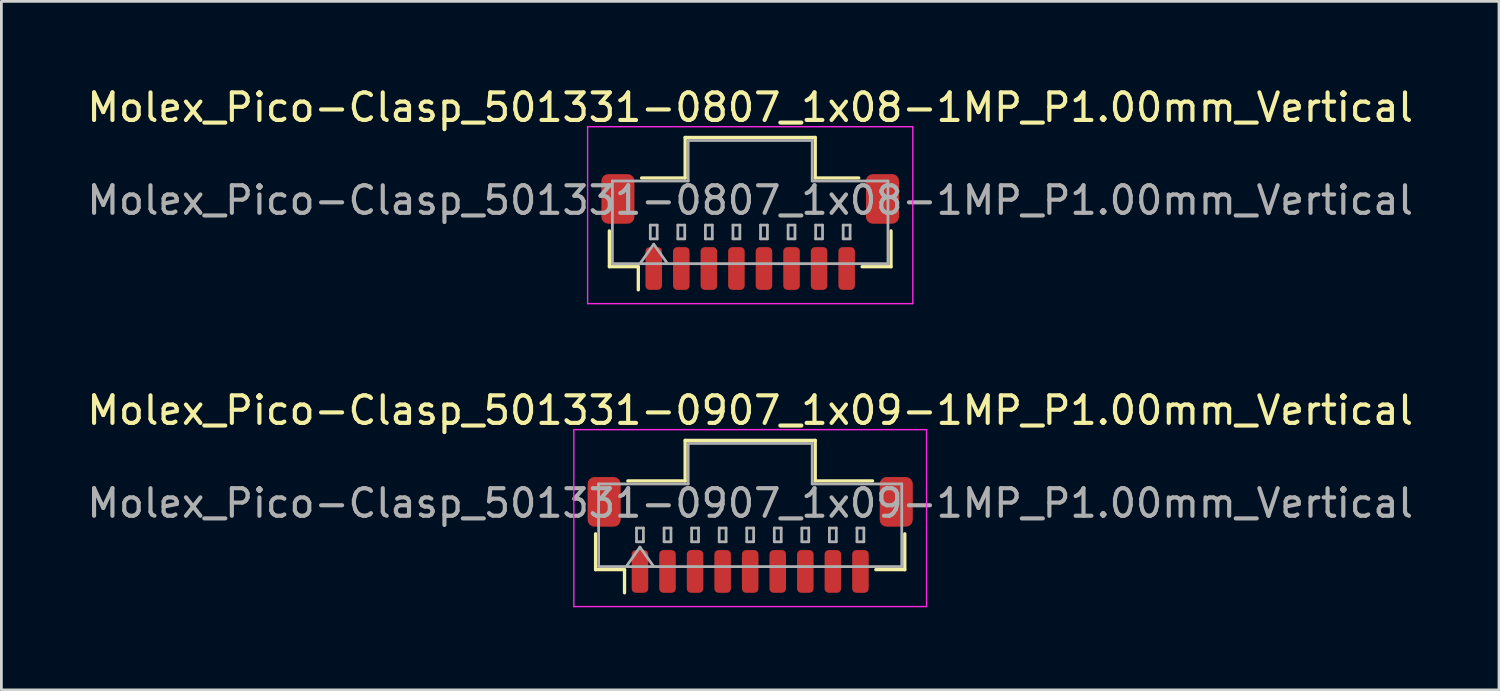
<source format=kicad_pcb>
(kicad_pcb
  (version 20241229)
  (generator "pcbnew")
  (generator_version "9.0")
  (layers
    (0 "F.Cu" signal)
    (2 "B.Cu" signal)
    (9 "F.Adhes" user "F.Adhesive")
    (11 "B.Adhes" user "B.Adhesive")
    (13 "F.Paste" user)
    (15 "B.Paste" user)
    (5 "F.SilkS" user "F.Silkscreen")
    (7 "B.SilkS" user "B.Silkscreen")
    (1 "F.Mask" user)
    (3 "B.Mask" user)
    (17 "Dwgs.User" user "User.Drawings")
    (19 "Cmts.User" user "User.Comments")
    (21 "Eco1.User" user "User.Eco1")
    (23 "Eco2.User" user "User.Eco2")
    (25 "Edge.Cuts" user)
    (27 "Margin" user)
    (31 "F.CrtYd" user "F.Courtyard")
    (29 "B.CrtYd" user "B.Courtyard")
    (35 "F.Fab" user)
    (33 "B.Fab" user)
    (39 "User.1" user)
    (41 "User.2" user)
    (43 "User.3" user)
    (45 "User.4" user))
  (footprint "Molex_Pico-Clasp_501331-0807_1x08-1MP_P1.00mm_Vertical"
    (layer "F.Cu")
    (at 24.173 5.368)
    (property "Reference" "Molex_Pico-Clasp_501331-0807_1x08-1MP_P1.00mm_Vertical" (at 0 -4.52 0) (layer "F.SilkS") (effects (font (size 1 1) (thickness 0.15))))
    (attr smd)
    (fp_line (start -5.11 -0.04) (end -5.11 1.26) (stroke (width 0.12) (type solid)) (layer "F.SilkS"))
    (fp_line (start -5.11 1.26) (end -4.06 1.26) (stroke (width 0.12) (type solid)) (layer "F.SilkS"))
    (fp_line (start -4.06 1.26) (end -4.06 2.1) (stroke (width 0.12) (type solid)) (layer "F.SilkS"))
    (fp_line (start -3.94 -1.96) (end -2.36 -1.96) (stroke (width 0.12) (type solid)) (layer "F.SilkS"))
    (fp_line (start -2.36 -3.43) (end 2.36 -3.43) (stroke (width 0.12) (type solid)) (layer "F.SilkS"))
    (fp_line (start -2.36 -1.96) (end -2.36 -3.43) (stroke (width 0.12) (type solid)) (layer "F.SilkS"))
    (fp_line (start 2.36 -3.43) (end 2.36 -1.96) (stroke (width 0.12) (type solid)) (layer "F.SilkS"))
    (fp_line (start 2.36 -1.96) (end 3.94 -1.96) (stroke (width 0.12) (type solid)) (layer "F.SilkS"))
    (fp_line (start 5.11 -0.04) (end 5.11 1.26) (stroke (width 0.12) (type solid)) (layer "F.SilkS"))
    (fp_line (start 5.11 1.26) (end 4.06 1.26) (stroke (width 0.12) (type solid)) (layer "F.SilkS"))
    (fp_line (start -5.9 -3.82) (end -5.9 2.6) (stroke (width 0.05) (type solid)) (layer "F.CrtYd"))
    (fp_line (start -5.9 2.6) (end 5.9 2.6) (stroke (width 0.05) (type solid)) (layer "F.CrtYd"))
    (fp_line (start 5.9 -3.82) (end -5.9 -3.82) (stroke (width 0.05) (type solid)) (layer "F.CrtYd"))
    (fp_line (start 5.9 2.6) (end 5.9 -3.82) (stroke (width 0.05) (type solid)) (layer "F.CrtYd"))
    (fp_line (start -5 -1.85) (end -2.25 -1.85) (stroke (width 0.1) (type solid)) (layer "F.Fab"))
    (fp_line (start -5 1.15) (end -5 -1.85) (stroke (width 0.1) (type solid)) (layer "F.Fab"))
    (fp_line (start -5 1.15) (end 5 1.15) (stroke (width 0.1) (type solid)) (layer "F.Fab"))
    (fp_line (start -4 1.15) (end -3.5 0.443) (stroke (width 0.1) (type solid)) (layer "F.Fab"))
    (fp_line (start -3.625 -0.25) (end -3.625 0.25) (stroke (width 0.1) (type solid)) (layer "F.Fab"))
    (fp_line (start -3.625 0.25) (end -3.375 0.25) (stroke (width 0.1) (type solid)) (layer "F.Fab"))
    (fp_line (start -3.5 0.443) (end -3 1.15) (stroke (width 0.1) (type solid)) (layer "F.Fab"))
    (fp_line (start -3.375 -0.25) (end -3.625 -0.25) (stroke (width 0.1) (type solid)) (layer "F.Fab"))
    (fp_line (start -3.375 0.25) (end -3.375 -0.25) (stroke (width 0.1) (type solid)) (layer "F.Fab"))
    (fp_line (start -2.625 -0.25) (end -2.625 0.25) (stroke (width 0.1) (type solid)) (layer "F.Fab"))
    (fp_line (start -2.625 0.25) (end -2.375 0.25) (stroke (width 0.1) (type solid)) (layer "F.Fab"))
    (fp_line (start -2.375 -0.25) (end -2.625 -0.25) (stroke (width 0.1) (type solid)) (layer "F.Fab"))
    (fp_line (start -2.375 0.25) (end -2.375 -0.25) (stroke (width 0.1) (type solid)) (layer "F.Fab"))
    (fp_line (start -2.25 -3.32) (end 2.25 -3.32) (stroke (width 0.1) (type solid)) (layer "F.Fab"))
    (fp_line (start -2.25 -1.85) (end -2.25 -3.32) (stroke (width 0.1) (type solid)) (layer "F.Fab"))
    (fp_line (start -1.625 -0.25) (end -1.625 0.25) (stroke (width 0.1) (type solid)) (layer "F.Fab"))
    (fp_line (start -1.625 0.25) (end -1.375 0.25) (stroke (width 0.1) (type solid)) (layer "F.Fab"))
    (fp_line (start -1.375 -0.25) (end -1.625 -0.25) (stroke (width 0.1) (type solid)) (layer "F.Fab"))
    (fp_line (start -1.375 0.25) (end -1.375 -0.25) (stroke (width 0.1) (type solid)) (layer "F.Fab"))
    (fp_line (start -0.625 -0.25) (end -0.625 0.25) (stroke (width 0.1) (type solid)) (layer "F.Fab"))
    (fp_line (start -0.625 0.25) (end -0.375 0.25) (stroke (width 0.1) (type solid)) (layer "F.Fab"))
    (fp_line (start -0.375 -0.25) (end -0.625 -0.25) (stroke (width 0.1) (type solid)) (layer "F.Fab"))
    (fp_line (start -0.375 0.25) (end -0.375 -0.25) (stroke (width 0.1) (type solid)) (layer "F.Fab"))
    (fp_line (start 0.375 -0.25) (end 0.375 0.25) (stroke (width 0.1) (type solid)) (layer "F.Fab"))
    (fp_line (start 0.375 0.25) (end 0.625 0.25) (stroke (width 0.1) (type solid)) (layer "F.Fab"))
    (fp_line (start 0.625 -0.25) (end 0.375 -0.25) (stroke (width 0.1) (type solid)) (layer "F.Fab"))
    (fp_line (start 0.625 0.25) (end 0.625 -0.25) (stroke (width 0.1) (type solid)) (layer "F.Fab"))
    (fp_line (start 1.375 -0.25) (end 1.375 0.25) (stroke (width 0.1) (type solid)) (layer "F.Fab"))
    (fp_line (start 1.375 0.25) (end 1.625 0.25) (stroke (width 0.1) (type solid)) (layer "F.Fab"))
    (fp_line (start 1.625 -0.25) (end 1.375 -0.25) (stroke (width 0.1) (type solid)) (layer "F.Fab"))
    (fp_line (start 1.625 0.25) (end 1.625 -0.25) (stroke (width 0.1) (type solid)) (layer "F.Fab"))
    (fp_line (start 2.25 -3.32) (end 2.25 -1.85) (stroke (width 0.1) (type solid)) (layer "F.Fab"))
    (fp_line (start 2.25 -1.85) (end 5 -1.85) (stroke (width 0.1) (type solid)) (layer "F.Fab"))
    (fp_line (start 2.375 -0.25) (end 2.375 0.25) (stroke (width 0.1) (type solid)) (layer "F.Fab"))
    (fp_line (start 2.375 0.25) (end 2.625 0.25) (stroke (width 0.1) (type solid)) (layer "F.Fab"))
    (fp_line (start 2.625 -0.25) (end 2.375 -0.25) (stroke (width 0.1) (type solid)) (layer "F.Fab"))
    (fp_line (start 2.625 0.25) (end 2.625 -0.25) (stroke (width 0.1) (type solid)) (layer "F.Fab"))
    (fp_line (start 3.375 -0.25) (end 3.375 0.25) (stroke (width 0.1) (type solid)) (layer "F.Fab"))
    (fp_line (start 3.375 0.25) (end 3.625 0.25) (stroke (width 0.1) (type solid)) (layer "F.Fab"))
    (fp_line (start 3.625 -0.25) (end 3.375 -0.25) (stroke (width 0.1) (type solid)) (layer "F.Fab"))
    (fp_line (start 3.625 0.25) (end 3.625 -0.25) (stroke (width 0.1) (type solid)) (layer "F.Fab"))
    (fp_line (start 5 1.15) (end 5 -1.85) (stroke (width 0.1) (type solid)) (layer "F.Fab"))
    (fp_text user "${REFERENCE}" (at 0 -1.15 0) (layer "F.Fab") (effects (font (size 1 1) (thickness 0.15))))
    (pad "1" smd roundrect (at -3.5 1.325) (size 0.6 1.55) (layers "F.Cu" "F.Mask" "F.Paste") (roundrect_rratio 0.25))
    (pad "2" smd roundrect (at -2.5 1.325) (size 0.6 1.55) (layers "F.Cu" "F.Mask" "F.Paste") (roundrect_rratio 0.25))
    (pad "3" smd roundrect (at -1.5 1.325) (size 0.6 1.55) (layers "F.Cu" "F.Mask" "F.Paste") (roundrect_rratio 0.25))
    (pad "4" smd roundrect (at -0.5 1.325) (size 0.6 1.55) (layers "F.Cu" "F.Mask" "F.Paste") (roundrect_rratio 0.25))
    (pad "5" smd roundrect (at 0.5 1.325) (size 0.6 1.55) (layers "F.Cu" "F.Mask" "F.Paste") (roundrect_rratio 0.25))
    (pad "6" smd roundrect (at 1.5 1.325) (size 0.6 1.55) (layers "F.Cu" "F.Mask" "F.Paste") (roundrect_rratio 0.25))
    (pad "7" smd roundrect (at 2.5 1.325) (size 0.6 1.55) (layers "F.Cu" "F.Mask" "F.Paste") (roundrect_rratio 0.25))
    (pad "8" smd roundrect (at 3.5 1.325) (size 0.6 1.55) (layers "F.Cu" "F.Mask" "F.Paste") (roundrect_rratio 0.25))
    (pad "MP" smd roundrect (at -4.8 -1.2) (size 1.2 1.8) (layers "F.Cu" "F.Mask" "F.Paste") (roundrect_rratio 0.208))
    (pad "MP" smd roundrect (at 4.8 -1.2) (size 1.2 1.8) (layers "F.Cu" "F.Mask" "F.Paste") (roundrect_rratio 0.208)))
  (footprint "Molex_Pico-Clasp_501331-0907_1x09-1MP_P1.00mm_Vertical"
    (layer "F.Cu")
    (at 24.173 16.361)
    (property "Reference" "Molex_Pico-Clasp_501331-0907_1x09-1MP_P1.00mm_Vertical" (at 0 -4.52 0) (layer "F.SilkS") (effects (font (size 1 1) (thickness 0.15))))
    (attr smd)
    (fp_line (start -5.61 -0.04) (end -5.61 1.26) (stroke (width 0.12) (type solid)) (layer "F.SilkS"))
    (fp_line (start -5.61 1.26) (end -4.56 1.26) (stroke (width 0.12) (type solid)) (layer "F.SilkS"))
    (fp_line (start -4.56 1.26) (end -4.56 2.1) (stroke (width 0.12) (type solid)) (layer "F.SilkS"))
    (fp_line (start -4.44 -1.96) (end -2.36 -1.96) (stroke (width 0.12) (type solid)) (layer "F.SilkS"))
    (fp_line (start -2.36 -3.43) (end 2.36 -3.43) (stroke (width 0.12) (type solid)) (layer "F.SilkS"))
    (fp_line (start -2.36 -1.96) (end -2.36 -3.43) (stroke (width 0.12) (type solid)) (layer "F.SilkS"))
    (fp_line (start 2.36 -3.43) (end 2.36 -1.96) (stroke (width 0.12) (type solid)) (layer "F.SilkS"))
    (fp_line (start 2.36 -1.96) (end 4.44 -1.96) (stroke (width 0.12) (type solid)) (layer "F.SilkS"))
    (fp_line (start 5.61 -0.04) (end 5.61 1.26) (stroke (width 0.12) (type solid)) (layer "F.SilkS"))
    (fp_line (start 5.61 1.26) (end 4.56 1.26) (stroke (width 0.12) (type solid)) (layer "F.SilkS"))
    (fp_line (start -6.4 -3.82) (end -6.4 2.6) (stroke (width 0.05) (type solid)) (layer "F.CrtYd"))
    (fp_line (start -6.4 2.6) (end 6.4 2.6) (stroke (width 0.05) (type solid)) (layer "F.CrtYd"))
    (fp_line (start 6.4 -3.82) (end -6.4 -3.82) (stroke (width 0.05) (type solid)) (layer "F.CrtYd"))
    (fp_line (start 6.4 2.6) (end 6.4 -3.82) (stroke (width 0.05) (type solid)) (layer "F.CrtYd"))
    (fp_line (start -5.5 -1.85) (end -2.25 -1.85) (stroke (width 0.1) (type solid)) (layer "F.Fab"))
    (fp_line (start -5.5 1.15) (end -5.5 -1.85) (stroke (width 0.1) (type solid)) (layer "F.Fab"))
    (fp_line (start -5.5 1.15) (end 5.5 1.15) (stroke (width 0.1) (type solid)) (layer "F.Fab"))
    (fp_line (start -4.5 1.15) (end -4 0.443) (stroke (width 0.1) (type solid)) (layer "F.Fab"))
    (fp_line (start -4.125 -0.25) (end -4.125 0.25) (stroke (width 0.1) (type solid)) (layer "F.Fab"))
    (fp_line (start -4.125 0.25) (end -3.875 0.25) (stroke (width 0.1) (type solid)) (layer "F.Fab"))
    (fp_line (start -4 0.443) (end -3.5 1.15) (stroke (width 0.1) (type solid)) (layer "F.Fab"))
    (fp_line (start -3.875 -0.25) (end -4.125 -0.25) (stroke (width 0.1) (type solid)) (layer "F.Fab"))
    (fp_line (start -3.875 0.25) (end -3.875 -0.25) (stroke (width 0.1) (type solid)) (layer "F.Fab"))
    (fp_line (start -3.125 -0.25) (end -3.125 0.25) (stroke (width 0.1) (type solid)) (layer "F.Fab"))
    (fp_line (start -3.125 0.25) (end -2.875 0.25) (stroke (width 0.1) (type solid)) (layer "F.Fab"))
    (fp_line (start -2.875 -0.25) (end -3.125 -0.25) (stroke (width 0.1) (type solid)) (layer "F.Fab"))
    (fp_line (start -2.875 0.25) (end -2.875 -0.25) (stroke (width 0.1) (type solid)) (layer "F.Fab"))
    (fp_line (start -2.25 -3.32) (end 2.25 -3.32) (stroke (width 0.1) (type solid)) (layer "F.Fab"))
    (fp_line (start -2.25 -1.85) (end -2.25 -3.32) (stroke (width 0.1) (type solid)) (layer "F.Fab"))
    (fp_line (start -2.125 -0.25) (end -2.125 0.25) (stroke (width 0.1) (type solid)) (layer "F.Fab"))
    (fp_line (start -2.125 0.25) (end -1.875 0.25) (stroke (width 0.1) (type solid)) (layer "F.Fab"))
    (fp_line (start -1.875 -0.25) (end -2.125 -0.25) (stroke (width 0.1) (type solid)) (layer "F.Fab"))
    (fp_line (start -1.875 0.25) (end -1.875 -0.25) (stroke (width 0.1) (type solid)) (layer "F.Fab"))
    (fp_line (start -1.125 -0.25) (end -1.125 0.25) (stroke (width 0.1) (type solid)) (layer "F.Fab"))
    (fp_line (start -1.125 0.25) (end -0.875 0.25) (stroke (width 0.1) (type solid)) (layer "F.Fab"))
    (fp_line (start -0.875 -0.25) (end -1.125 -0.25) (stroke (width 0.1) (type solid)) (layer "F.Fab"))
    (fp_line (start -0.875 0.25) (end -0.875 -0.25) (stroke (width 0.1) (type solid)) (layer "F.Fab"))
    (fp_line (start -0.125 -0.25) (end -0.125 0.25) (stroke (width 0.1) (type solid)) (layer "F.Fab"))
    (fp_line (start -0.125 0.25) (end 0.125 0.25) (stroke (width 0.1) (type solid)) (layer "F.Fab"))
    (fp_line (start 0.125 -0.25) (end -0.125 -0.25) (stroke (width 0.1) (type solid)) (layer "F.Fab"))
    (fp_line (start 0.125 0.25) (end 0.125 -0.25) (stroke (width 0.1) (type solid)) (layer "F.Fab"))
    (fp_line (start 0.875 -0.25) (end 0.875 0.25) (stroke (width 0.1) (type solid)) (layer "F.Fab"))
    (fp_line (start 0.875 0.25) (end 1.125 0.25) (stroke (width 0.1) (type solid)) (layer "F.Fab"))
    (fp_line (start 1.125 -0.25) (end 0.875 -0.25) (stroke (width 0.1) (type solid)) (layer "F.Fab"))
    (fp_line (start 1.125 0.25) (end 1.125 -0.25) (stroke (width 0.1) (type solid)) (layer "F.Fab"))
    (fp_line (start 1.875 -0.25) (end 1.875 0.25) (stroke (width 0.1) (type solid)) (layer "F.Fab"))
    (fp_line (start 1.875 0.25) (end 2.125 0.25) (stroke (width 0.1) (type solid)) (layer "F.Fab"))
    (fp_line (start 2.125 -0.25) (end 1.875 -0.25) (stroke (width 0.1) (type solid)) (layer "F.Fab"))
    (fp_line (start 2.125 0.25) (end 2.125 -0.25) (stroke (width 0.1) (type solid)) (layer "F.Fab"))
    (fp_line (start 2.25 -3.32) (end 2.25 -1.85) (stroke (width 0.1) (type solid)) (layer "F.Fab"))
    (fp_line (start 2.25 -1.85) (end 5.5 -1.85) (stroke (width 0.1) (type solid)) (layer "F.Fab"))
    (fp_line (start 2.875 -0.25) (end 2.875 0.25) (stroke (width 0.1) (type solid)) (layer "F.Fab"))
    (fp_line (start 2.875 0.25) (end 3.125 0.25) (stroke (width 0.1) (type solid)) (layer "F.Fab"))
    (fp_line (start 3.125 -0.25) (end 2.875 -0.25) (stroke (width 0.1) (type solid)) (layer "F.Fab"))
    (fp_line (start 3.125 0.25) (end 3.125 -0.25) (stroke (width 0.1) (type solid)) (layer "F.Fab"))
    (fp_line (start 3.875 -0.25) (end 3.875 0.25) (stroke (width 0.1) (type solid)) (layer "F.Fab"))
    (fp_line (start 3.875 0.25) (end 4.125 0.25) (stroke (width 0.1) (type solid)) (layer "F.Fab"))
    (fp_line (start 4.125 -0.25) (end 3.875 -0.25) (stroke (width 0.1) (type solid)) (layer "F.Fab"))
    (fp_line (start 4.125 0.25) (end 4.125 -0.25) (stroke (width 0.1) (type solid)) (layer "F.Fab"))
    (fp_line (start 5.5 1.15) (end 5.5 -1.85) (stroke (width 0.1) (type solid)) (layer "F.Fab"))
    (fp_text user "${REFERENCE}" (at 0 -1.15 0) (layer "F.Fab") (effects (font (size 1 1) (thickness 0.15))))
    (pad "1" smd roundrect (at -4 1.325) (size 0.6 1.55) (layers "F.Cu" "F.Mask" "F.Paste") (roundrect_rratio 0.25))
    (pad "2" smd roundrect (at -3 1.325) (size 0.6 1.55) (layers "F.Cu" "F.Mask" "F.Paste") (roundrect_rratio 0.25))
    (pad "3" smd roundrect (at -2 1.325) (size 0.6 1.55) (layers "F.Cu" "F.Mask" "F.Paste") (roundrect_rratio 0.25))
    (pad "4" smd roundrect (at -1 1.325) (size 0.6 1.55) (layers "F.Cu" "F.Mask" "F.Paste") (roundrect_rratio 0.25))
    (pad "5" smd roundrect (at 0 1.325) (size 0.6 1.55) (layers "F.Cu" "F.Mask" "F.Paste") (roundrect_rratio 0.25))
    (pad "6" smd roundrect (at 1 1.325) (size 0.6 1.55) (layers "F.Cu" "F.Mask" "F.Paste") (roundrect_rratio 0.25))
    (pad "7" smd roundrect (at 2 1.325) (size 0.6 1.55) (layers "F.Cu" "F.Mask" "F.Paste") (roundrect_rratio 0.25))
    (pad "8" smd roundrect (at 3 1.325) (size 0.6 1.55) (layers "F.Cu" "F.Mask" "F.Paste") (roundrect_rratio 0.25))
    (pad "9" smd roundrect (at 4 1.325) (size 0.6 1.55) (layers "F.Cu" "F.Mask" "F.Paste") (roundrect_rratio 0.25))
    (pad "MP" smd roundrect (at -5.3 -1.2) (size 1.2 1.8) (layers "F.Cu" "F.Mask" "F.Paste") (roundrect_rratio 0.208))
    (pad "MP" smd roundrect (at 5.3 -1.2) (size 1.2 1.8) (layers "F.Cu" "F.Mask" "F.Paste") (roundrect_rratio 0.208)))
  (gr_rect
    (start -3 -3)
    (end 51.345 21.986)
    (stroke (width 0.1) (type default))
    (fill no)
    (layer "Edge.Cuts")))
</source>
